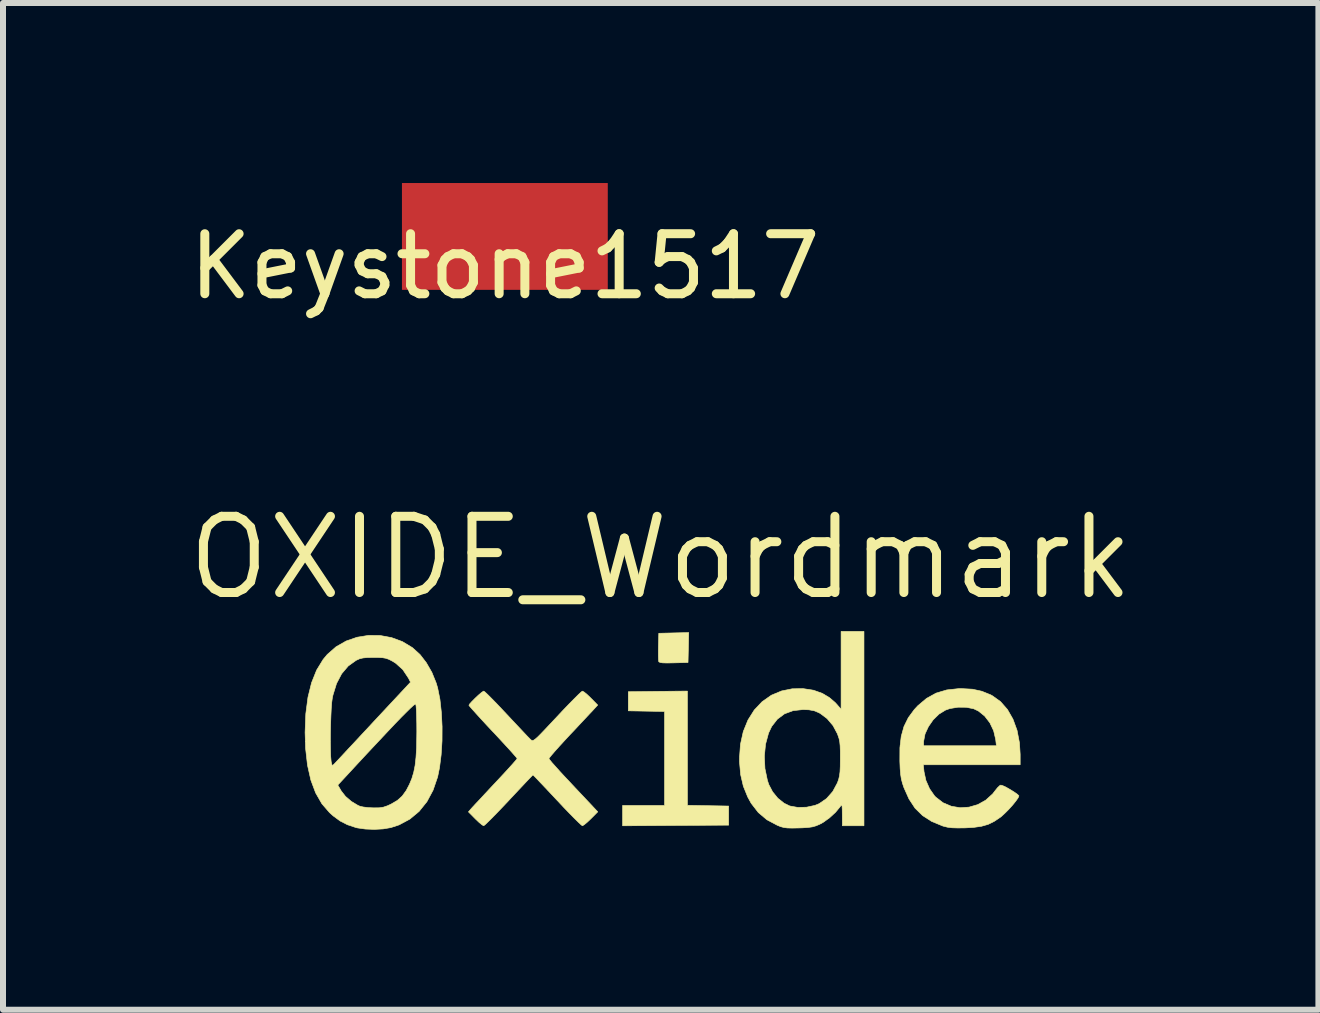
<source format=kicad_pcb>
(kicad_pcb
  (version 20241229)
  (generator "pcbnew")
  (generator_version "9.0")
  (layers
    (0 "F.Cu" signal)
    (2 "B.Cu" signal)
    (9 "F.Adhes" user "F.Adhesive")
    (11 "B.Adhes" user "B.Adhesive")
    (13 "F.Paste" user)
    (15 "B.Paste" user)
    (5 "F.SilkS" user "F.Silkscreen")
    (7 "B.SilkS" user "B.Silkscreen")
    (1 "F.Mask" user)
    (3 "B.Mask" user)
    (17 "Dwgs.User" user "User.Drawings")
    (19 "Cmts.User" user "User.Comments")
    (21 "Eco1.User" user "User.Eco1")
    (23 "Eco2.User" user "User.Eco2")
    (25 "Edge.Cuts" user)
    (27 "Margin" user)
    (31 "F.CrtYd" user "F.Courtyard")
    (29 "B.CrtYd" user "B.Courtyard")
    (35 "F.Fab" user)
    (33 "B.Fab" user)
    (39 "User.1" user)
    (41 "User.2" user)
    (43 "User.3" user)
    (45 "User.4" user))
  (footprint "OXIDE_Wordmark"
    (layer "F.Cu")
    (at 7.96 6.244)
    (property "Reference" "OXIDE_Wordmark" (at 0 0 0) (layer "F.SilkS") (effects (font (size 1.27 1.27) (thickness 0.15))))
    (attr through_hole)
    (fp_poly (pts (xy 0.445 4.126) (xy 0.788 4.132) (xy 1.132 4.138) (xy 1.132 4.456) (xy 0.249 4.461) (xy -0.635 4.467) (xy -0.635 4.128) (xy 0.064 4.128) (xy 0.064 2.562) (xy -0.54 2.551) (xy -0.54 2.233) (xy -0.048 2.227) (xy 0.445 2.222) (xy 0.445 4.126)) (stroke (width 0.01) (type solid)) (fill yes) (layer "F.SilkS"))
    (fp_poly (pts (xy 0.461 1.497) (xy 0.455 1.746) (xy 0.217 1.752) (xy 0.107 1.754) (xy 0.033 1.752) (xy -0.01 1.745) (xy -0.031 1.734) (xy -0.033 1.73) (xy -0.037 1.697) (xy -0.039 1.633) (xy -0.039 1.548) (xy -0.038 1.48) (xy -0.032 1.259) (xy 0.218 1.253) (xy 0.467 1.247) (xy 0.461 1.497)) (stroke (width 0.01) (type solid)) (fill yes) (layer "F.SilkS"))
    (fp_poly (pts (xy 3.387 4.466) (xy 3.027 4.466) (xy 3.026 4.281) (xy 3.025 4.193) (xy 3.022 4.142) (xy 3.017 4.121) (xy 3.006 4.126) (xy 2.99 4.149) (xy 2.914 4.241) (xy 2.814 4.333) (xy 2.707 4.41) (xy 2.648 4.442) (xy 2.586 4.468) (xy 2.526 4.485) (xy 2.455 4.495) (xy 2.361 4.501) (xy 2.297 4.503) (xy 2.189 4.505) (xy 2.111 4.503) (xy 2.05 4.495) (xy 1.996 4.48) (xy 1.942 4.458) (xy 1.769 4.366) (xy 1.626 4.245) (xy 1.507 4.091) (xy 1.45 3.987) (xy 1.377 3.807) (xy 1.332 3.614) (xy 1.313 3.399) (xy 1.313 3.342) (xy 1.315 3.308) (xy 1.727 3.308) (xy 1.737 3.514) (xy 1.778 3.71) (xy 1.801 3.779) (xy 1.864 3.9) (xy 1.952 4.008) (xy 2.056 4.091) (xy 2.151 4.137) (xy 2.285 4.161) (xy 2.431 4.157) (xy 2.57 4.127) (xy 2.641 4.098) (xy 2.764 4.013) (xy 2.867 3.896) (xy 2.943 3.755) (xy 2.946 3.748) (xy 2.966 3.692) (xy 2.979 3.635) (xy 2.988 3.568) (xy 2.992 3.479) (xy 2.993 3.36) (xy 2.993 3.344) (xy 2.993 3.223) (xy 2.99 3.134) (xy 2.983 3.066) (xy 2.971 3.01) (xy 2.952 2.955) (xy 2.944 2.933) (xy 2.872 2.798) (xy 2.773 2.681) (xy 2.657 2.594) (xy 2.628 2.579) (xy 2.553 2.549) (xy 2.47 2.534) (xy 2.371 2.53) (xy 2.206 2.548) (xy 2.063 2.601) (xy 1.944 2.69) (xy 1.849 2.812) (xy 1.797 2.922) (xy 1.747 3.107) (xy 1.727 3.308) (xy 1.315 3.308) (xy 1.329 3.11) (xy 1.376 2.897) (xy 1.454 2.705) (xy 1.559 2.538) (xy 1.69 2.399) (xy 1.844 2.291) (xy 2.014 2.22) (xy 2.191 2.184) (xy 2.372 2.181) (xy 2.547 2.208) (xy 2.694 2.261) (xy 2.81 2.33) (xy 2.906 2.412) (xy 2.92 2.427) (xy 3.006 2.525) (xy 3.006 1.228) (xy 3.387 1.228) (xy 3.387 4.466)) (stroke (width 0.01) (type solid)) (fill yes) (layer "F.SilkS"))
    (fp_poly (pts (xy 5.196 2.191) (xy 5.351 2.225) (xy 5.497 2.284) (xy 5.525 2.299) (xy 5.662 2.397) (xy 5.778 2.529) (xy 5.87 2.69) (xy 5.938 2.876) (xy 5.978 3.084) (xy 5.99 3.276) (xy 5.99 3.45) (xy 4.376 3.45) (xy 4.388 3.567) (xy 4.419 3.71) (xy 4.48 3.849) (xy 4.563 3.968) (xy 4.583 3.989) (xy 4.705 4.083) (xy 4.842 4.141) (xy 4.989 4.166) (xy 5.138 4.156) (xy 5.283 4.114) (xy 5.416 4.04) (xy 5.532 3.935) (xy 5.572 3.883) (xy 5.614 3.831) (xy 5.651 3.796) (xy 5.667 3.789) (xy 5.702 3.799) (xy 5.757 3.825) (xy 5.822 3.862) (xy 5.885 3.901) (xy 5.937 3.937) (xy 5.966 3.963) (xy 5.969 3.969) (xy 5.955 4.002) (xy 5.917 4.056) (xy 5.863 4.123) (xy 5.8 4.193) (xy 5.734 4.259) (xy 5.675 4.313) (xy 5.662 4.323) (xy 5.558 4.393) (xy 5.457 4.443) (xy 5.345 4.475) (xy 5.213 4.494) (xy 5.069 4.502) (xy 4.946 4.503) (xy 4.853 4.5) (xy 4.781 4.491) (xy 4.716 4.475) (xy 4.699 4.47) (xy 4.515 4.394) (xy 4.363 4.296) (xy 4.238 4.173) (xy 4.137 4.019) (xy 4.053 3.831) (xy 4.028 3.757) (xy 4.01 3.687) (xy 3.998 3.61) (xy 3.99 3.515) (xy 3.985 3.39) (xy 3.985 3.387) (xy 3.986 3.166) (xy 3.997 3.07) (xy 4.381 3.07) (xy 4.381 3.133) (xy 5.594 3.133) (xy 5.582 3.028) (xy 5.548 2.883) (xy 5.485 2.751) (xy 5.399 2.639) (xy 5.295 2.555) (xy 5.216 2.517) (xy 5.092 2.492) (xy 4.954 2.491) (xy 4.82 2.513) (xy 4.746 2.539) (xy 4.638 2.605) (xy 4.54 2.701) (xy 4.461 2.815) (xy 4.405 2.936) (xy 4.382 3.055) (xy 4.381 3.07) (xy 3.997 3.07) (xy 4.008 2.977) (xy 4.054 2.812) (xy 4.126 2.666) (xy 4.225 2.531) (xy 4.286 2.465) (xy 4.431 2.343) (xy 4.589 2.256) (xy 4.766 2.203) (xy 4.967 2.181) (xy 5.016 2.181) (xy 5.196 2.191)) (stroke (width 0.01) (type solid)) (fill yes) (layer "F.SilkS"))
    (fp_poly (pts (xy -1.278 2.237) (xy -1.232 2.274) (xy -1.176 2.327) (xy -1.164 2.339) (xy -1.05 2.455) (xy -1.103 2.513) (xy -1.132 2.545) (xy -1.186 2.602) (xy -1.259 2.68) (xy -1.347 2.774) (xy -1.444 2.878) (xy -1.51 2.947) (xy -1.608 3.053) (xy -1.695 3.148) (xy -1.768 3.23) (xy -1.823 3.294) (xy -1.855 3.334) (xy -1.863 3.347) (xy -1.849 3.368) (xy -1.81 3.416) (xy -1.749 3.484) (xy -1.672 3.57) (xy -1.582 3.667) (xy -1.53 3.722) (xy -1.43 3.829) (xy -1.335 3.93) (xy -1.251 4.019) (xy -1.182 4.092) (xy -1.136 4.141) (xy -1.124 4.154) (xy -1.049 4.234) (xy -1.164 4.35) (xy -1.222 4.405) (xy -1.271 4.446) (xy -1.302 4.466) (xy -1.305 4.466) (xy -1.326 4.451) (xy -1.371 4.409) (xy -1.437 4.344) (xy -1.52 4.26) (xy -1.616 4.16) (xy -1.72 4.049) (xy -1.726 4.043) (xy -1.83 3.932) (xy -1.924 3.832) (xy -2.005 3.747) (xy -2.068 3.68) (xy -2.11 3.637) (xy -2.128 3.62) (xy -2.128 3.619) (xy -2.144 3.634) (xy -2.185 3.676) (xy -2.247 3.741) (xy -2.326 3.825) (xy -2.419 3.924) (xy -2.523 4.035) (xy -2.53 4.043) (xy -2.635 4.154) (xy -2.731 4.254) (xy -2.815 4.34) (xy -2.882 4.406) (xy -2.928 4.45) (xy -2.95 4.466) (xy -2.951 4.466) (xy -2.976 4.452) (xy -3.022 4.415) (xy -3.079 4.361) (xy -3.09 4.35) (xy -3.204 4.235) (xy -3.163 4.187) (xy -3.138 4.159) (xy -3.088 4.105) (xy -3.017 4.03) (xy -2.932 3.938) (xy -2.835 3.834) (xy -2.757 3.751) (xy -2.657 3.644) (xy -2.568 3.548) (xy -2.493 3.465) (xy -2.436 3.401) (xy -2.401 3.36) (xy -2.392 3.346) (xy -2.406 3.327) (xy -2.445 3.282) (xy -2.506 3.213) (xy -2.585 3.127) (xy -2.678 3.026) (xy -2.782 2.914) (xy -2.794 2.902) (xy -2.899 2.79) (xy -2.993 2.688) (xy -3.074 2.599) (xy -3.137 2.529) (xy -3.179 2.481) (xy -3.196 2.459) (xy -3.196 2.459) (xy -3.182 2.435) (xy -3.144 2.393) (xy -3.093 2.342) (xy -3.039 2.291) (xy -2.99 2.249) (xy -2.956 2.225) (xy -2.949 2.223) (xy -2.929 2.237) (xy -2.884 2.279) (xy -2.819 2.344) (xy -2.738 2.427) (xy -2.645 2.525) (xy -2.566 2.609) (xy -2.465 2.717) (xy -2.371 2.817) (xy -2.29 2.903) (xy -2.225 2.972) (xy -2.181 3.017) (xy -2.164 3.033) (xy -2.151 3.043) (xy -2.137 3.047) (xy -2.118 3.041) (xy -2.091 3.023) (xy -2.052 2.989) (xy -1.999 2.936) (xy -1.926 2.86) (xy -1.832 2.76) (xy -1.726 2.647) (xy -1.621 2.535) (xy -1.525 2.435) (xy -1.441 2.35) (xy -1.374 2.283) (xy -1.327 2.239) (xy -1.305 2.223) (xy -1.305 2.223) (xy -1.278 2.237)) (stroke (width 0.01) (type solid)) (fill yes) (layer "F.SilkS"))
    (fp_poly (pts (xy -4.675 1.296) (xy -4.485 1.331) (xy -4.304 1.398) (xy -4.138 1.498) (xy -4.011 1.613) (xy -3.906 1.749) (xy -3.813 1.911) (xy -3.742 2.086) (xy -3.717 2.17) (xy -3.679 2.36) (xy -3.655 2.579) (xy -3.643 2.814) (xy -3.644 3.053) (xy -3.659 3.286) (xy -3.686 3.499) (xy -3.717 3.651) (xy -3.793 3.873) (xy -3.896 4.065) (xy -4.026 4.227) (xy -4.181 4.356) (xy -4.36 4.452) (xy -4.497 4.497) (xy -4.625 4.519) (xy -4.774 4.527) (xy -4.923 4.521) (xy -5.056 4.502) (xy -5.08 4.496) (xy -5.221 4.449) (xy -5.342 4.387) (xy -5.459 4.301) (xy -5.518 4.248) (xy -5.646 4.1) (xy -5.75 3.919) (xy -5.799 3.788) (xy -5.381 3.788) (xy -5.324 3.886) (xy -5.253 3.977) (xy -5.155 4.061) (xy -5.047 4.126) (xy -5.01 4.142) (xy -4.955 4.154) (xy -4.875 4.164) (xy -4.786 4.168) (xy -4.782 4.168) (xy -4.689 4.167) (xy -4.619 4.156) (xy -4.552 4.133) (xy -4.492 4.105) (xy -4.388 4.044) (xy -4.308 3.972) (xy -4.24 3.878) (xy -4.187 3.776) (xy -4.147 3.68) (xy -4.116 3.577) (xy -4.093 3.462) (xy -4.078 3.328) (xy -4.068 3.167) (xy -4.065 2.974) (xy -4.064 2.893) (xy -4.065 2.761) (xy -4.068 2.644) (xy -4.071 2.546) (xy -4.076 2.477) (xy -4.081 2.441) (xy -4.082 2.439) (xy -4.094 2.441) (xy -4.123 2.463) (xy -4.17 2.506) (xy -4.236 2.571) (xy -4.323 2.658) (xy -4.431 2.77) (xy -4.561 2.908) (xy -4.716 3.073) (xy -4.896 3.265) (xy -5.102 3.487) (xy -5.258 3.656) (xy -5.381 3.788) (xy -5.799 3.788) (xy -5.83 3.705) (xy -5.886 3.457) (xy -5.918 3.174) (xy -5.921 3.067) (xy -5.505 3.067) (xy -5.503 3.197) (xy -5.5 3.305) (xy -5.493 3.384) (xy -5.49 3.407) (xy -5.479 3.451) (xy -5.466 3.46) (xy -5.441 3.437) (xy -5.44 3.436) (xy -5.418 3.413) (xy -5.37 3.362) (xy -5.3 3.287) (xy -5.211 3.191) (xy -5.105 3.078) (xy -4.987 2.951) (xy -4.859 2.814) (xy -4.786 2.735) (xy -4.169 2.074) (xy -4.204 2.005) (xy -4.298 1.864) (xy -4.417 1.757) (xy -4.47 1.724) (xy -4.528 1.694) (xy -4.578 1.676) (xy -4.635 1.666) (xy -4.712 1.662) (xy -4.784 1.662) (xy -4.887 1.663) (xy -4.96 1.67) (xy -5.016 1.683) (xy -5.067 1.706) (xy -5.074 1.709) (xy -5.207 1.804) (xy -5.317 1.934) (xy -5.402 2.096) (xy -5.462 2.29) (xy -5.472 2.337) (xy -5.482 2.41) (xy -5.49 2.513) (xy -5.496 2.64) (xy -5.501 2.78) (xy -5.504 2.925) (xy -5.505 3.067) (xy -5.921 3.067) (xy -5.926 2.91) (xy -5.914 2.6) (xy -5.878 2.325) (xy -5.818 2.083) (xy -5.734 1.873) (xy -5.625 1.695) (xy -5.557 1.613) (xy -5.41 1.484) (xy -5.242 1.388) (xy -5.06 1.325) (xy -4.869 1.294) (xy -4.675 1.296)) (stroke (width 0.01) (type solid)) (fill yes) (layer "F.SilkS")))
  (footprint "Keystone1517"
    (layer "F.Cu")
    (at 5.363 0.89)
    (property "Reference" "Keystone1517" (at 0 0.5 0) (layer "F.SilkS") (effects (font (size 1 1) (thickness 0.15))))
    (attr through_hole)
    (pad "1" smd rect (at 0 0) (size 3.43 1.78) (layers "F.Cu" "F.Mask" "F.Paste")))
  (gr_rect
    (start -3 -3)
    (end 18.92 13.776)
    (stroke (width 0.1) (type default))
    (fill no)
    (layer "Edge.Cuts")))
</source>
